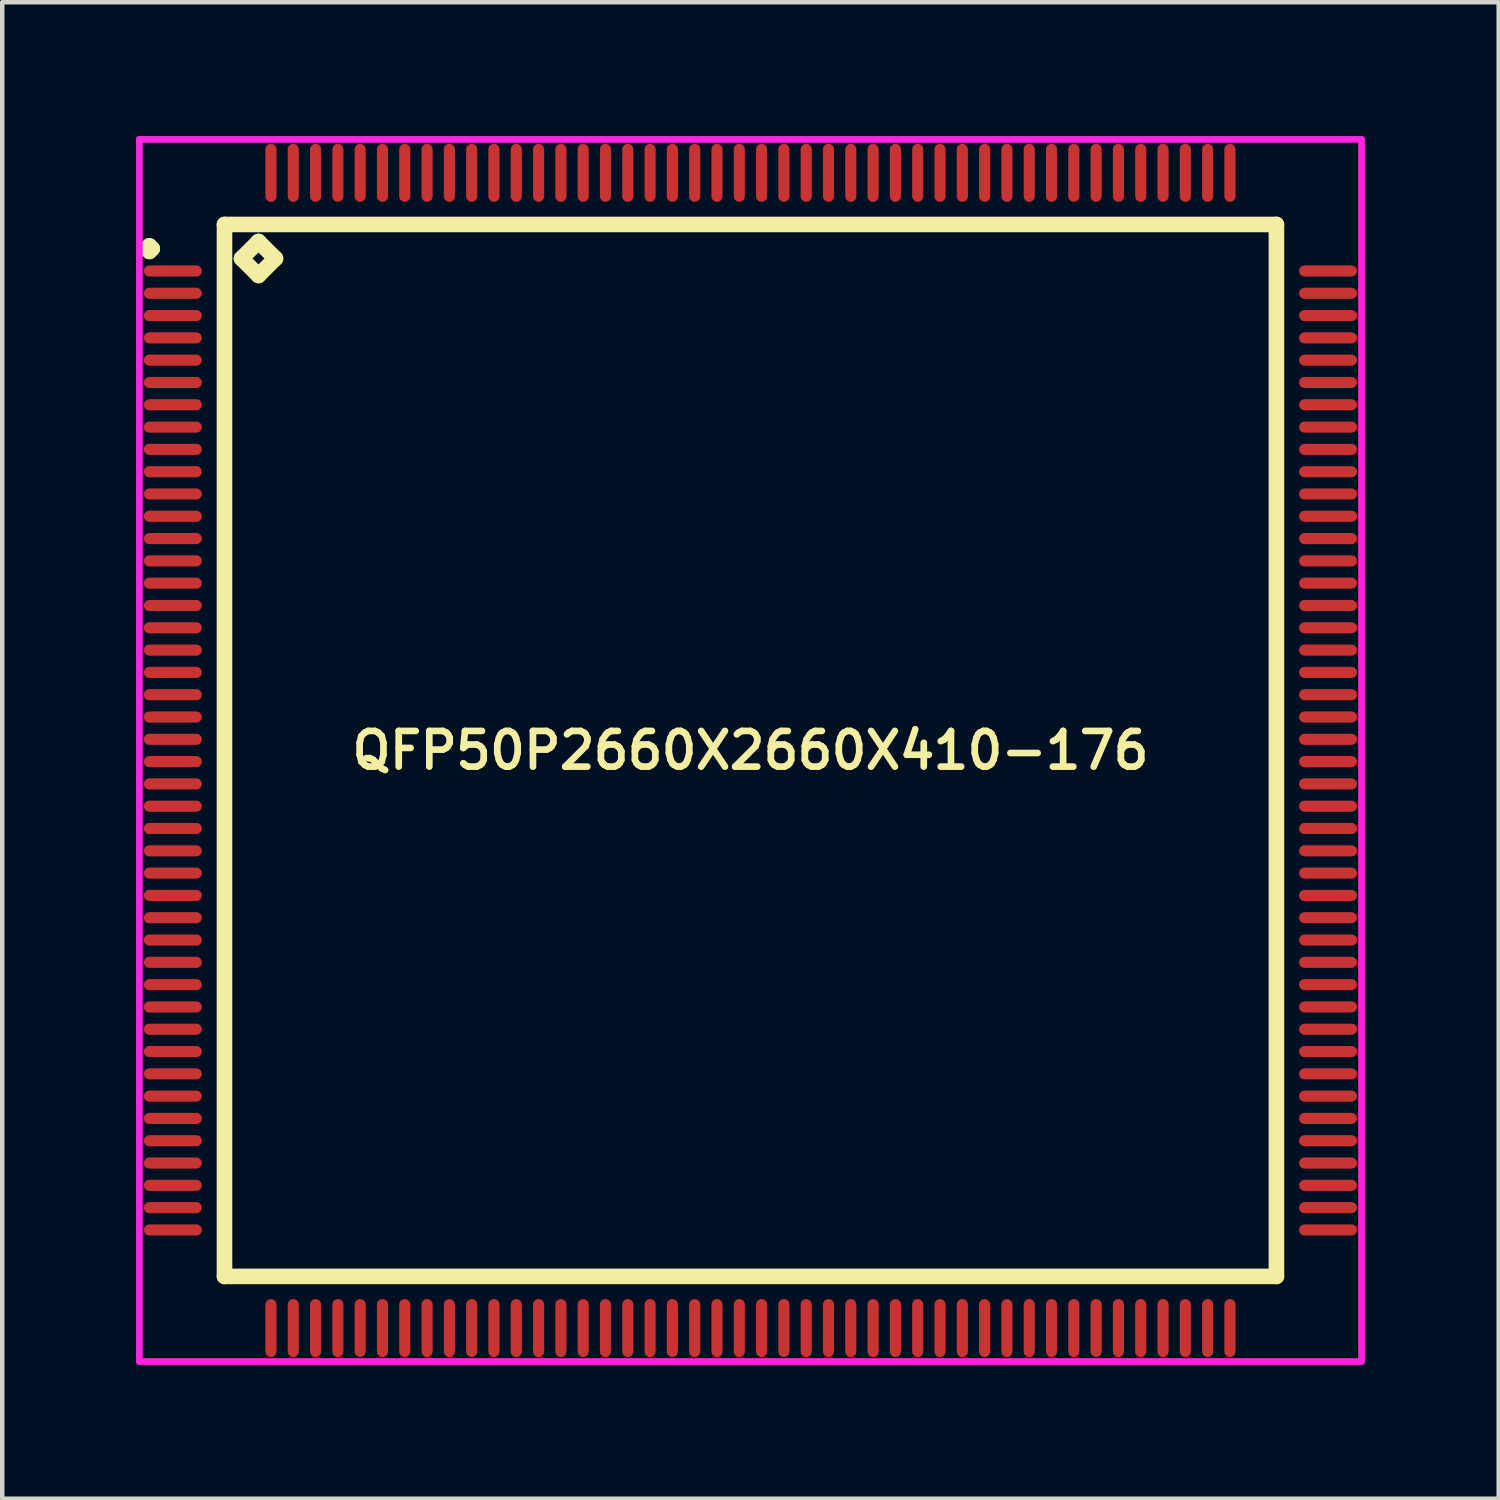
<source format=kicad_pcb>
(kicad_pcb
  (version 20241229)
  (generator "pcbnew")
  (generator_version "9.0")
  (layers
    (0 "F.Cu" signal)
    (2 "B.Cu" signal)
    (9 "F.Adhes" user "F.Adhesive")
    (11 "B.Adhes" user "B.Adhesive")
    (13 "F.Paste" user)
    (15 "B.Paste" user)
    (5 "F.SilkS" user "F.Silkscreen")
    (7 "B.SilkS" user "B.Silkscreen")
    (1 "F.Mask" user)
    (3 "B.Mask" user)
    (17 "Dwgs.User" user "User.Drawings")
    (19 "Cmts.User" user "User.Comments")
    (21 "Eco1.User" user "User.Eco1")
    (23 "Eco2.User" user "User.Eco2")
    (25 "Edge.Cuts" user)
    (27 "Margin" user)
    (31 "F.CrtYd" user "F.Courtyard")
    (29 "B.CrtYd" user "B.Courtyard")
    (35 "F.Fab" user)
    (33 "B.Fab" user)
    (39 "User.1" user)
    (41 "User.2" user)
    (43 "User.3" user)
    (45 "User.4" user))
  (footprint "QFP50P2660X2660X410-176"
    (layer "F.Cu")
    (at 13.775 13.775)
    (property "Reference" "QFP50P2660X2660X410-176" (at 0 0 0) (layer "F.SilkS") (effects (font (size 0.8 0.8) (thickness 0.15))))
    (attr through_hole)
    (fp_line (start -13.537 -11.25) (end -13.475 -11.312) (stroke (width 0.35) (type solid)) (layer "F.SilkS"))
    (fp_line (start -13.475 -11.312) (end -13.412 -11.25) (stroke (width 0.35) (type solid)) (layer "F.SilkS"))
    (fp_line (start -13.475 -11.188) (end -13.537 -11.25) (stroke (width 0.35) (type solid)) (layer "F.SilkS"))
    (fp_line (start -13.412 -11.25) (end -13.475 -11.188) (stroke (width 0.35) (type solid)) (layer "F.SilkS"))
    (fp_line (start -11.792 -11.792) (end -11.792 11.792) (stroke (width 0.35) (type solid)) (layer "F.SilkS"))
    (fp_line (start -11.792 11.792) (end 11.792 11.792) (stroke (width 0.35) (type solid)) (layer "F.SilkS"))
    (fp_line (start -11.411 -11.03) (end -11.03 -11.411) (stroke (width 0.35) (type solid)) (layer "F.SilkS"))
    (fp_line (start -11.03 -11.411) (end -10.649 -11.03) (stroke (width 0.35) (type solid)) (layer "F.SilkS"))
    (fp_line (start -11.03 -10.649) (end -11.411 -11.03) (stroke (width 0.35) (type solid)) (layer "F.SilkS"))
    (fp_line (start -10.649 -11.03) (end -11.03 -10.649) (stroke (width 0.35) (type solid)) (layer "F.SilkS"))
    (fp_line (start 11.792 -11.792) (end -11.792 -11.792) (stroke (width 0.35) (type solid)) (layer "F.SilkS"))
    (fp_line (start 11.792 11.792) (end 11.792 -11.792) (stroke (width 0.35) (type solid)) (layer "F.SilkS"))
    (fp_line (start -13.7 -13.7) (end 13.7 -13.7) (stroke (width 0.15) (type solid)) (layer "F.CrtYd"))
    (fp_line (start -13.7 13.7) (end -13.7 -13.7) (stroke (width 0.15) (type solid)) (layer "F.CrtYd"))
    (fp_line (start 13.7 -13.7) (end 13.7 13.7) (stroke (width 0.15) (type solid)) (layer "F.CrtYd"))
    (fp_line (start 13.7 13.7) (end -13.7 13.7) (stroke (width 0.15) (type solid)) (layer "F.CrtYd"))
    (pad "1" smd oval (at -12.95 -10.75) (size 1.3 0.25) (layers "F.Cu" "F.Mask" "F.Paste"))
    (pad "2" smd oval (at -12.95 -10.25) (size 1.3 0.25) (layers "F.Cu" "F.Mask" "F.Paste"))
    (pad "3" smd oval (at -12.95 -9.75) (size 1.3 0.25) (layers "F.Cu" "F.Mask" "F.Paste"))
    (pad "4" smd oval (at -12.95 -9.25) (size 1.3 0.25) (layers "F.Cu" "F.Mask" "F.Paste"))
    (pad "5" smd oval (at -12.95 -8.75) (size 1.3 0.25) (layers "F.Cu" "F.Mask" "F.Paste"))
    (pad "6" smd oval (at -12.95 -8.25) (size 1.3 0.25) (layers "F.Cu" "F.Mask" "F.Paste"))
    (pad "7" smd oval (at -12.95 -7.75) (size 1.3 0.25) (layers "F.Cu" "F.Mask" "F.Paste"))
    (pad "8" smd oval (at -12.95 -7.25) (size 1.3 0.25) (layers "F.Cu" "F.Mask" "F.Paste"))
    (pad "9" smd oval (at -12.95 -6.75) (size 1.3 0.25) (layers "F.Cu" "F.Mask" "F.Paste"))
    (pad "10" smd oval (at -12.95 -6.25) (size 1.3 0.25) (layers "F.Cu" "F.Mask" "F.Paste"))
    (pad "11" smd oval (at -12.95 -5.75) (size 1.3 0.25) (layers "F.Cu" "F.Mask" "F.Paste"))
    (pad "12" smd oval (at -12.95 -5.25) (size 1.3 0.25) (layers "F.Cu" "F.Mask" "F.Paste"))
    (pad "13" smd oval (at -12.95 -4.75) (size 1.3 0.25) (layers "F.Cu" "F.Mask" "F.Paste"))
    (pad "14" smd oval (at -12.95 -4.25) (size 1.3 0.25) (layers "F.Cu" "F.Mask" "F.Paste"))
    (pad "15" smd oval (at -12.95 -3.75) (size 1.3 0.25) (layers "F.Cu" "F.Mask" "F.Paste"))
    (pad "16" smd oval (at -12.95 -3.25) (size 1.3 0.25) (layers "F.Cu" "F.Mask" "F.Paste"))
    (pad "17" smd oval (at -12.95 -2.75) (size 1.3 0.25) (layers "F.Cu" "F.Mask" "F.Paste"))
    (pad "18" smd oval (at -12.95 -2.25) (size 1.3 0.25) (layers "F.Cu" "F.Mask" "F.Paste"))
    (pad "19" smd oval (at -12.95 -1.75) (size 1.3 0.25) (layers "F.Cu" "F.Mask" "F.Paste"))
    (pad "20" smd oval (at -12.95 -1.25) (size 1.3 0.25) (layers "F.Cu" "F.Mask" "F.Paste"))
    (pad "21" smd oval (at -12.95 -0.75) (size 1.3 0.25) (layers "F.Cu" "F.Mask" "F.Paste"))
    (pad "22" smd oval (at -12.95 -0.25) (size 1.3 0.25) (layers "F.Cu" "F.Mask" "F.Paste"))
    (pad "23" smd oval (at -12.95 0.25) (size 1.3 0.25) (layers "F.Cu" "F.Mask" "F.Paste"))
    (pad "24" smd oval (at -12.95 0.75) (size 1.3 0.25) (layers "F.Cu" "F.Mask" "F.Paste"))
    (pad "25" smd oval (at -12.95 1.25) (size 1.3 0.25) (layers "F.Cu" "F.Mask" "F.Paste"))
    (pad "26" smd oval (at -12.95 1.75) (size 1.3 0.25) (layers "F.Cu" "F.Mask" "F.Paste"))
    (pad "27" smd oval (at -12.95 2.25) (size 1.3 0.25) (layers "F.Cu" "F.Mask" "F.Paste"))
    (pad "28" smd oval (at -12.95 2.75) (size 1.3 0.25) (layers "F.Cu" "F.Mask" "F.Paste"))
    (pad "29" smd oval (at -12.95 3.25) (size 1.3 0.25) (layers "F.Cu" "F.Mask" "F.Paste"))
    (pad "30" smd oval (at -12.95 3.75) (size 1.3 0.25) (layers "F.Cu" "F.Mask" "F.Paste"))
    (pad "31" smd oval (at -12.95 4.25) (size 1.3 0.25) (layers "F.Cu" "F.Mask" "F.Paste"))
    (pad "32" smd oval (at -12.95 4.75) (size 1.3 0.25) (layers "F.Cu" "F.Mask" "F.Paste"))
    (pad "33" smd oval (at -12.95 5.25) (size 1.3 0.25) (layers "F.Cu" "F.Mask" "F.Paste"))
    (pad "34" smd oval (at -12.95 5.75) (size 1.3 0.25) (layers "F.Cu" "F.Mask" "F.Paste"))
    (pad "35" smd oval (at -12.95 6.25) (size 1.3 0.25) (layers "F.Cu" "F.Mask" "F.Paste"))
    (pad "36" smd oval (at -12.95 6.75) (size 1.3 0.25) (layers "F.Cu" "F.Mask" "F.Paste"))
    (pad "37" smd oval (at -12.95 7.25) (size 1.3 0.25) (layers "F.Cu" "F.Mask" "F.Paste"))
    (pad "38" smd oval (at -12.95 7.75) (size 1.3 0.25) (layers "F.Cu" "F.Mask" "F.Paste"))
    (pad "39" smd oval (at -12.95 8.25) (size 1.3 0.25) (layers "F.Cu" "F.Mask" "F.Paste"))
    (pad "40" smd oval (at -12.95 8.75) (size 1.3 0.25) (layers "F.Cu" "F.Mask" "F.Paste"))
    (pad "41" smd oval (at -12.95 9.25) (size 1.3 0.25) (layers "F.Cu" "F.Mask" "F.Paste"))
    (pad "42" smd oval (at -12.95 9.75) (size 1.3 0.25) (layers "F.Cu" "F.Mask" "F.Paste"))
    (pad "43" smd oval (at -12.95 10.25) (size 1.3 0.25) (layers "F.Cu" "F.Mask" "F.Paste"))
    (pad "44" smd oval (at -12.95 10.75) (size 1.3 0.25) (layers "F.Cu" "F.Mask" "F.Paste"))
    (pad "45" smd oval (at -10.75 12.95) (size 0.25 1.3) (layers "F.Cu" "F.Mask" "F.Paste"))
    (pad "46" smd oval (at -10.25 12.95) (size 0.25 1.3) (layers "F.Cu" "F.Mask" "F.Paste"))
    (pad "47" smd oval (at -9.75 12.95) (size 0.25 1.3) (layers "F.Cu" "F.Mask" "F.Paste"))
    (pad "48" smd oval (at -9.25 12.95) (size 0.25 1.3) (layers "F.Cu" "F.Mask" "F.Paste"))
    (pad "49" smd oval (at -8.75 12.95) (size 0.25 1.3) (layers "F.Cu" "F.Mask" "F.Paste"))
    (pad "50" smd oval (at -8.25 12.95) (size 0.25 1.3) (layers "F.Cu" "F.Mask" "F.Paste"))
    (pad "51" smd oval (at -7.75 12.95) (size 0.25 1.3) (layers "F.Cu" "F.Mask" "F.Paste"))
    (pad "52" smd oval (at -7.25 12.95) (size 0.25 1.3) (layers "F.Cu" "F.Mask" "F.Paste"))
    (pad "53" smd oval (at -6.75 12.95) (size 0.25 1.3) (layers "F.Cu" "F.Mask" "F.Paste"))
    (pad "54" smd oval (at -6.25 12.95) (size 0.25 1.3) (layers "F.Cu" "F.Mask" "F.Paste"))
    (pad "55" smd oval (at -5.75 12.95) (size 0.25 1.3) (layers "F.Cu" "F.Mask" "F.Paste"))
    (pad "56" smd oval (at -5.25 12.95) (size 0.25 1.3) (layers "F.Cu" "F.Mask" "F.Paste"))
    (pad "57" smd oval (at -4.75 12.95) (size 0.25 1.3) (layers "F.Cu" "F.Mask" "F.Paste"))
    (pad "58" smd oval (at -4.25 12.95) (size 0.25 1.3) (layers "F.Cu" "F.Mask" "F.Paste"))
    (pad "59" smd oval (at -3.75 12.95) (size 0.25 1.3) (layers "F.Cu" "F.Mask" "F.Paste"))
    (pad "60" smd oval (at -3.25 12.95) (size 0.25 1.3) (layers "F.Cu" "F.Mask" "F.Paste"))
    (pad "61" smd oval (at -2.75 12.95) (size 0.25 1.3) (layers "F.Cu" "F.Mask" "F.Paste"))
    (pad "62" smd oval (at -2.25 12.95) (size 0.25 1.3) (layers "F.Cu" "F.Mask" "F.Paste"))
    (pad "63" smd oval (at -1.75 12.95) (size 0.25 1.3) (layers "F.Cu" "F.Mask" "F.Paste"))
    (pad "64" smd oval (at -1.25 12.95) (size 0.25 1.3) (layers "F.Cu" "F.Mask" "F.Paste"))
    (pad "65" smd oval (at -0.75 12.95) (size 0.25 1.3) (layers "F.Cu" "F.Mask" "F.Paste"))
    (pad "66" smd oval (at -0.25 12.95) (size 0.25 1.3) (layers "F.Cu" "F.Mask" "F.Paste"))
    (pad "67" smd oval (at 0.25 12.95) (size 0.25 1.3) (layers "F.Cu" "F.Mask" "F.Paste"))
    (pad "68" smd oval (at 0.75 12.95) (size 0.25 1.3) (layers "F.Cu" "F.Mask" "F.Paste"))
    (pad "69" smd oval (at 1.25 12.95) (size 0.25 1.3) (layers "F.Cu" "F.Mask" "F.Paste"))
    (pad "70" smd oval (at 1.75 12.95) (size 0.25 1.3) (layers "F.Cu" "F.Mask" "F.Paste"))
    (pad "71" smd oval (at 2.25 12.95) (size 0.25 1.3) (layers "F.Cu" "F.Mask" "F.Paste"))
    (pad "72" smd oval (at 2.75 12.95) (size 0.25 1.3) (layers "F.Cu" "F.Mask" "F.Paste"))
    (pad "73" smd oval (at 3.25 12.95) (size 0.25 1.3) (layers "F.Cu" "F.Mask" "F.Paste"))
    (pad "74" smd oval (at 3.75 12.95) (size 0.25 1.3) (layers "F.Cu" "F.Mask" "F.Paste"))
    (pad "75" smd oval (at 4.25 12.95) (size 0.25 1.3) (layers "F.Cu" "F.Mask" "F.Paste"))
    (pad "76" smd oval (at 4.75 12.95) (size 0.25 1.3) (layers "F.Cu" "F.Mask" "F.Paste"))
    (pad "77" smd oval (at 5.25 12.95) (size 0.25 1.3) (layers "F.Cu" "F.Mask" "F.Paste"))
    (pad "78" smd oval (at 5.75 12.95) (size 0.25 1.3) (layers "F.Cu" "F.Mask" "F.Paste"))
    (pad "79" smd oval (at 6.25 12.95) (size 0.25 1.3) (layers "F.Cu" "F.Mask" "F.Paste"))
    (pad "80" smd oval (at 6.75 12.95) (size 0.25 1.3) (layers "F.Cu" "F.Mask" "F.Paste"))
    (pad "81" smd oval (at 7.25 12.95) (size 0.25 1.3) (layers "F.Cu" "F.Mask" "F.Paste"))
    (pad "82" smd oval (at 7.75 12.95) (size 0.25 1.3) (layers "F.Cu" "F.Mask" "F.Paste"))
    (pad "83" smd oval (at 8.25 12.95) (size 0.25 1.3) (layers "F.Cu" "F.Mask" "F.Paste"))
    (pad "84" smd oval (at 8.75 12.95) (size 0.25 1.3) (layers "F.Cu" "F.Mask" "F.Paste"))
    (pad "85" smd oval (at 9.25 12.95) (size 0.25 1.3) (layers "F.Cu" "F.Mask" "F.Paste"))
    (pad "86" smd oval (at 9.75 12.95) (size 0.25 1.3) (layers "F.Cu" "F.Mask" "F.Paste"))
    (pad "87" smd oval (at 10.25 12.95) (size 0.25 1.3) (layers "F.Cu" "F.Mask" "F.Paste"))
    (pad "88" smd oval (at 10.75 12.95) (size 0.25 1.3) (layers "F.Cu" "F.Mask" "F.Paste"))
    (pad "89" smd oval (at 12.95 10.75) (size 1.3 0.25) (layers "F.Cu" "F.Mask" "F.Paste"))
    (pad "90" smd oval (at 12.95 10.25) (size 1.3 0.25) (layers "F.Cu" "F.Mask" "F.Paste"))
    (pad "91" smd oval (at 12.95 9.75) (size 1.3 0.25) (layers "F.Cu" "F.Mask" "F.Paste"))
    (pad "92" smd oval (at 12.95 9.25) (size 1.3 0.25) (layers "F.Cu" "F.Mask" "F.Paste"))
    (pad "93" smd oval (at 12.95 8.75) (size 1.3 0.25) (layers "F.Cu" "F.Mask" "F.Paste"))
    (pad "94" smd oval (at 12.95 8.25) (size 1.3 0.25) (layers "F.Cu" "F.Mask" "F.Paste"))
    (pad "95" smd oval (at 12.95 7.75) (size 1.3 0.25) (layers "F.Cu" "F.Mask" "F.Paste"))
    (pad "96" smd oval (at 12.95 7.25) (size 1.3 0.25) (layers "F.Cu" "F.Mask" "F.Paste"))
    (pad "97" smd oval (at 12.95 6.75) (size 1.3 0.25) (layers "F.Cu" "F.Mask" "F.Paste"))
    (pad "98" smd oval (at 12.95 6.25) (size 1.3 0.25) (layers "F.Cu" "F.Mask" "F.Paste"))
    (pad "99" smd oval (at 12.95 5.75) (size 1.3 0.25) (layers "F.Cu" "F.Mask" "F.Paste"))
    (pad "100" smd oval (at 12.95 5.25) (size 1.3 0.25) (layers "F.Cu" "F.Mask" "F.Paste"))
    (pad "101" smd oval (at 12.95 4.75) (size 1.3 0.25) (layers "F.Cu" "F.Mask" "F.Paste"))
    (pad "102" smd oval (at 12.95 4.25) (size 1.3 0.25) (layers "F.Cu" "F.Mask" "F.Paste"))
    (pad "103" smd oval (at 12.95 3.75) (size 1.3 0.25) (layers "F.Cu" "F.Mask" "F.Paste"))
    (pad "104" smd oval (at 12.95 3.25) (size 1.3 0.25) (layers "F.Cu" "F.Mask" "F.Paste"))
    (pad "105" smd oval (at 12.95 2.75) (size 1.3 0.25) (layers "F.Cu" "F.Mask" "F.Paste"))
    (pad "106" smd oval (at 12.95 2.25) (size 1.3 0.25) (layers "F.Cu" "F.Mask" "F.Paste"))
    (pad "107" smd oval (at 12.95 1.75) (size 1.3 0.25) (layers "F.Cu" "F.Mask" "F.Paste"))
    (pad "108" smd oval (at 12.95 1.25) (size 1.3 0.25) (layers "F.Cu" "F.Mask" "F.Paste"))
    (pad "109" smd oval (at 12.95 0.75) (size 1.3 0.25) (layers "F.Cu" "F.Mask" "F.Paste"))
    (pad "110" smd oval (at 12.95 0.25) (size 1.3 0.25) (layers "F.Cu" "F.Mask" "F.Paste"))
    (pad "111" smd oval (at 12.95 -0.25) (size 1.3 0.25) (layers "F.Cu" "F.Mask" "F.Paste"))
    (pad "112" smd oval (at 12.95 -0.75) (size 1.3 0.25) (layers "F.Cu" "F.Mask" "F.Paste"))
    (pad "113" smd oval (at 12.95 -1.25) (size 1.3 0.25) (layers "F.Cu" "F.Mask" "F.Paste"))
    (pad "114" smd oval (at 12.95 -1.75) (size 1.3 0.25) (layers "F.Cu" "F.Mask" "F.Paste"))
    (pad "115" smd oval (at 12.95 -2.25) (size 1.3 0.25) (layers "F.Cu" "F.Mask" "F.Paste"))
    (pad "116" smd oval (at 12.95 -2.75) (size 1.3 0.25) (layers "F.Cu" "F.Mask" "F.Paste"))
    (pad "117" smd oval (at 12.95 -3.25) (size 1.3 0.25) (layers "F.Cu" "F.Mask" "F.Paste"))
    (pad "118" smd oval (at 12.95 -3.75) (size 1.3 0.25) (layers "F.Cu" "F.Mask" "F.Paste"))
    (pad "119" smd oval (at 12.95 -4.25) (size 1.3 0.25) (layers "F.Cu" "F.Mask" "F.Paste"))
    (pad "120" smd oval (at 12.95 -4.75) (size 1.3 0.25) (layers "F.Cu" "F.Mask" "F.Paste"))
    (pad "121" smd oval (at 12.95 -5.25) (size 1.3 0.25) (layers "F.Cu" "F.Mask" "F.Paste"))
    (pad "122" smd oval (at 12.95 -5.75) (size 1.3 0.25) (layers "F.Cu" "F.Mask" "F.Paste"))
    (pad "123" smd oval (at 12.95 -6.25) (size 1.3 0.25) (layers "F.Cu" "F.Mask" "F.Paste"))
    (pad "124" smd oval (at 12.95 -6.75) (size 1.3 0.25) (layers "F.Cu" "F.Mask" "F.Paste"))
    (pad "125" smd oval (at 12.95 -7.25) (size 1.3 0.25) (layers "F.Cu" "F.Mask" "F.Paste"))
    (pad "126" smd oval (at 12.95 -7.75) (size 1.3 0.25) (layers "F.Cu" "F.Mask" "F.Paste"))
    (pad "127" smd oval (at 12.95 -8.25) (size 1.3 0.25) (layers "F.Cu" "F.Mask" "F.Paste"))
    (pad "128" smd oval (at 12.95 -8.75) (size 1.3 0.25) (layers "F.Cu" "F.Mask" "F.Paste"))
    (pad "129" smd oval (at 12.95 -9.25) (size 1.3 0.25) (layers "F.Cu" "F.Mask" "F.Paste"))
    (pad "130" smd oval (at 12.95 -9.75) (size 1.3 0.25) (layers "F.Cu" "F.Mask" "F.Paste"))
    (pad "131" smd oval (at 12.95 -10.25) (size 1.3 0.25) (layers "F.Cu" "F.Mask" "F.Paste"))
    (pad "132" smd oval (at 12.95 -10.75) (size 1.3 0.25) (layers "F.Cu" "F.Mask" "F.Paste"))
    (pad "133" smd oval (at 10.75 -12.95) (size 0.25 1.3) (layers "F.Cu" "F.Mask" "F.Paste"))
    (pad "134" smd oval (at 10.25 -12.95) (size 0.25 1.3) (layers "F.Cu" "F.Mask" "F.Paste"))
    (pad "135" smd oval (at 9.75 -12.95) (size 0.25 1.3) (layers "F.Cu" "F.Mask" "F.Paste"))
    (pad "136" smd oval (at 9.25 -12.95) (size 0.25 1.3) (layers "F.Cu" "F.Mask" "F.Paste"))
    (pad "137" smd oval (at 8.75 -12.95) (size 0.25 1.3) (layers "F.Cu" "F.Mask" "F.Paste"))
    (pad "138" smd oval (at 8.25 -12.95) (size 0.25 1.3) (layers "F.Cu" "F.Mask" "F.Paste"))
    (pad "139" smd oval (at 7.75 -12.95) (size 0.25 1.3) (layers "F.Cu" "F.Mask" "F.Paste"))
    (pad "140" smd oval (at 7.25 -12.95) (size 0.25 1.3) (layers "F.Cu" "F.Mask" "F.Paste"))
    (pad "141" smd oval (at 6.75 -12.95) (size 0.25 1.3) (layers "F.Cu" "F.Mask" "F.Paste"))
    (pad "142" smd oval (at 6.25 -12.95) (size 0.25 1.3) (layers "F.Cu" "F.Mask" "F.Paste"))
    (pad "143" smd oval (at 5.75 -12.95) (size 0.25 1.3) (layers "F.Cu" "F.Mask" "F.Paste"))
    (pad "144" smd oval (at 5.25 -12.95) (size 0.25 1.3) (layers "F.Cu" "F.Mask" "F.Paste"))
    (pad "145" smd oval (at 4.75 -12.95) (size 0.25 1.3) (layers "F.Cu" "F.Mask" "F.Paste"))
    (pad "146" smd oval (at 4.25 -12.95) (size 0.25 1.3) (layers "F.Cu" "F.Mask" "F.Paste"))
    (pad "147" smd oval (at 3.75 -12.95) (size 0.25 1.3) (layers "F.Cu" "F.Mask" "F.Paste"))
    (pad "148" smd oval (at 3.25 -12.95) (size 0.25 1.3) (layers "F.Cu" "F.Mask" "F.Paste"))
    (pad "149" smd oval (at 2.75 -12.95) (size 0.25 1.3) (layers "F.Cu" "F.Mask" "F.Paste"))
    (pad "150" smd oval (at 2.25 -12.95) (size 0.25 1.3) (layers "F.Cu" "F.Mask" "F.Paste"))
    (pad "151" smd oval (at 1.75 -12.95) (size 0.25 1.3) (layers "F.Cu" "F.Mask" "F.Paste"))
    (pad "152" smd oval (at 1.25 -12.95) (size 0.25 1.3) (layers "F.Cu" "F.Mask" "F.Paste"))
    (pad "153" smd oval (at 0.75 -12.95) (size 0.25 1.3) (layers "F.Cu" "F.Mask" "F.Paste"))
    (pad "154" smd oval (at 0.25 -12.95) (size 0.25 1.3) (layers "F.Cu" "F.Mask" "F.Paste"))
    (pad "155" smd oval (at -0.25 -12.95) (size 0.25 1.3) (layers "F.Cu" "F.Mask" "F.Paste"))
    (pad "156" smd oval (at -0.75 -12.95) (size 0.25 1.3) (layers "F.Cu" "F.Mask" "F.Paste"))
    (pad "157" smd oval (at -1.25 -12.95) (size 0.25 1.3) (layers "F.Cu" "F.Mask" "F.Paste"))
    (pad "158" smd oval (at -1.75 -12.95) (size 0.25 1.3) (layers "F.Cu" "F.Mask" "F.Paste"))
    (pad "159" smd oval (at -2.25 -12.95) (size 0.25 1.3) (layers "F.Cu" "F.Mask" "F.Paste"))
    (pad "160" smd oval (at -2.75 -12.95) (size 0.25 1.3) (layers "F.Cu" "F.Mask" "F.Paste"))
    (pad "161" smd oval (at -3.25 -12.95) (size 0.25 1.3) (layers "F.Cu" "F.Mask" "F.Paste"))
    (pad "162" smd oval (at -3.75 -12.95) (size 0.25 1.3) (layers "F.Cu" "F.Mask" "F.Paste"))
    (pad "163" smd oval (at -4.25 -12.95) (size 0.25 1.3) (layers "F.Cu" "F.Mask" "F.Paste"))
    (pad "164" smd oval (at -4.75 -12.95) (size 0.25 1.3) (layers "F.Cu" "F.Mask" "F.Paste"))
    (pad "165" smd oval (at -5.25 -12.95) (size 0.25 1.3) (layers "F.Cu" "F.Mask" "F.Paste"))
    (pad "166" smd oval (at -5.75 -12.95) (size 0.25 1.3) (layers "F.Cu" "F.Mask" "F.Paste"))
    (pad "167" smd oval (at -6.25 -12.95) (size 0.25 1.3) (layers "F.Cu" "F.Mask" "F.Paste"))
    (pad "168" smd oval (at -6.75 -12.95) (size 0.25 1.3) (layers "F.Cu" "F.Mask" "F.Paste"))
    (pad "169" smd oval (at -7.25 -12.95) (size 0.25 1.3) (layers "F.Cu" "F.Mask" "F.Paste"))
    (pad "170" smd oval (at -7.75 -12.95) (size 0.25 1.3) (layers "F.Cu" "F.Mask" "F.Paste"))
    (pad "171" smd oval (at -8.25 -12.95) (size 0.25 1.3) (layers "F.Cu" "F.Mask" "F.Paste"))
    (pad "172" smd oval (at -8.75 -12.95) (size 0.25 1.3) (layers "F.Cu" "F.Mask" "F.Paste"))
    (pad "173" smd oval (at -9.25 -12.95) (size 0.25 1.3) (layers "F.Cu" "F.Mask" "F.Paste"))
    (pad "174" smd oval (at -9.75 -12.95) (size 0.25 1.3) (layers "F.Cu" "F.Mask" "F.Paste"))
    (pad "175" smd oval (at -10.25 -12.95) (size 0.25 1.3) (layers "F.Cu" "F.Mask" "F.Paste"))
    (pad "176" smd oval (at -10.75 -12.95) (size 0.25 1.3) (layers "F.Cu" "F.Mask" "F.Paste")))
  (gr_rect
    (start -3 -3)
    (end 30.55 30.55)
    (stroke (width 0.1) (type default))
    (fill no)
    (layer "Edge.Cuts")))
</source>
